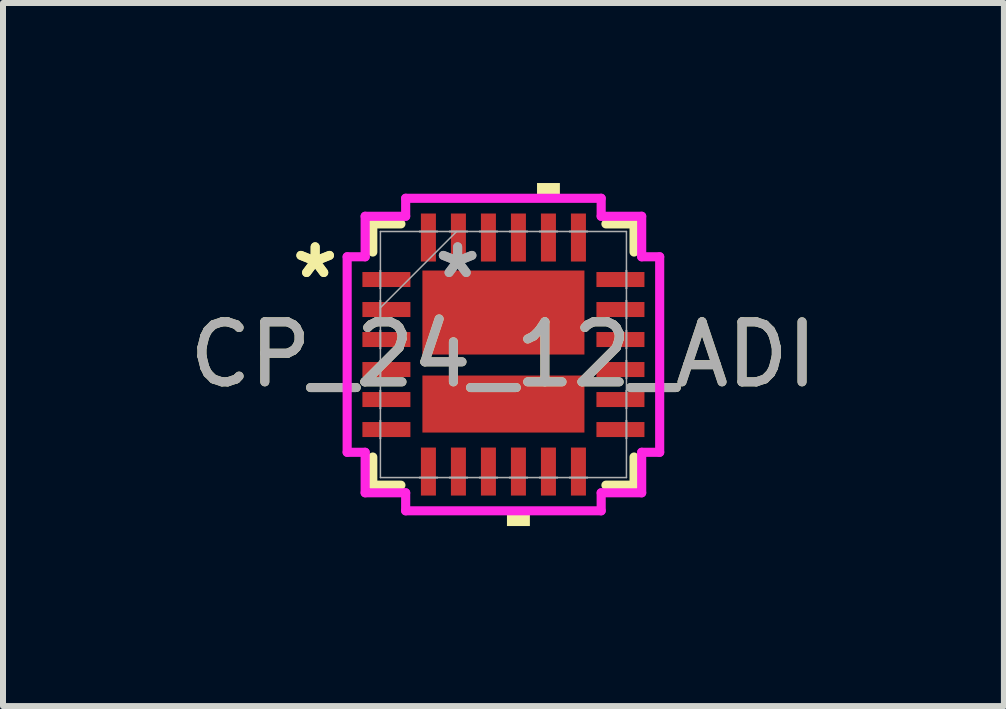
<source format=kicad_pcb>
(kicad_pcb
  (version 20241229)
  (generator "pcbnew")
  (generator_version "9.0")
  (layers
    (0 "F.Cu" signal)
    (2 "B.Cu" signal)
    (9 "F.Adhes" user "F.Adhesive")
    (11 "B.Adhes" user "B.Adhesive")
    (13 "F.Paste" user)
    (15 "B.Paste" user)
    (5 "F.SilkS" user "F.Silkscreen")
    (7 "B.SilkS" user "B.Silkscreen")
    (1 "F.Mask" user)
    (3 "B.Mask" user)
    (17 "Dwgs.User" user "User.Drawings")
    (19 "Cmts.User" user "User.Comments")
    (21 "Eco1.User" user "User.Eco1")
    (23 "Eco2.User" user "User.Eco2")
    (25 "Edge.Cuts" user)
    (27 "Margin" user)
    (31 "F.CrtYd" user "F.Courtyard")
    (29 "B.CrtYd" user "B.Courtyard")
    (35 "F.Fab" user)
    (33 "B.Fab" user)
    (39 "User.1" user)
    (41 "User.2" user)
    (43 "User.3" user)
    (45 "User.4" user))
  (footprint "CP_24_12_ADI"
    (layer "F.Cu")
    (at 5.339 2.858)
    (property "Reference" "CP_24_12_ADI" (at 0 0 0) (unlocked yes) (layer "F.SilkS") (effects (font (size 1 1) (thickness 0.15))))
    (attr smd)
    (fp_line (start -2.177 -2.177) (end -2.177 -1.708) (stroke (width 0.152) (type solid)) (layer "F.SilkS"))
    (fp_line (start -2.177 1.708) (end -2.177 2.177) (stroke (width 0.152) (type solid)) (layer "F.SilkS"))
    (fp_line (start -2.177 2.177) (end -1.708 2.177) (stroke (width 0.152) (type solid)) (layer "F.SilkS"))
    (fp_line (start -1.708 -2.177) (end -2.177 -2.177) (stroke (width 0.152) (type solid)) (layer "F.SilkS"))
    (fp_line (start 1.708 2.177) (end 2.177 2.177) (stroke (width 0.152) (type solid)) (layer "F.SilkS"))
    (fp_line (start 2.177 -2.177) (end 1.708 -2.177) (stroke (width 0.152) (type solid)) (layer "F.SilkS"))
    (fp_line (start 2.177 -1.708) (end 2.177 -2.177) (stroke (width 0.152) (type solid)) (layer "F.SilkS"))
    (fp_line (start 2.177 2.177) (end 2.177 1.708) (stroke (width 0.152) (type solid)) (layer "F.SilkS"))
    (fp_poly (pts (xy 0.059 2.604) (xy 0.059 2.858) (xy 0.441 2.858) (xy 0.441 2.604)) (stroke (width 0) (type solid)) (fill yes) (layer "F.SilkS"))
    (fp_poly (pts (xy 0.56 -2.604) (xy 0.56 -2.858) (xy 0.941 -2.858) (xy 0.941 -2.604)) (stroke (width 0) (type solid)) (fill yes) (layer "F.SilkS"))
    (fp_line (start -2.604 -1.629) (end -2.304 -1.629) (stroke (width 0.152) (type solid)) (layer "F.CrtYd"))
    (fp_line (start -2.604 1.629) (end -2.604 -1.629) (stroke (width 0.152) (type solid)) (layer "F.CrtYd"))
    (fp_line (start -2.304 -2.304) (end -1.629 -2.304) (stroke (width 0.152) (type solid)) (layer "F.CrtYd"))
    (fp_line (start -2.304 -1.629) (end -2.304 -2.304) (stroke (width 0.152) (type solid)) (layer "F.CrtYd"))
    (fp_line (start -2.304 1.629) (end -2.604 1.629) (stroke (width 0.152) (type solid)) (layer "F.CrtYd"))
    (fp_line (start -2.304 2.304) (end -2.304 1.629) (stroke (width 0.152) (type solid)) (layer "F.CrtYd"))
    (fp_line (start -1.629 -2.604) (end 1.629 -2.604) (stroke (width 0.152) (type solid)) (layer "F.CrtYd"))
    (fp_line (start -1.629 -2.304) (end -1.629 -2.604) (stroke (width 0.152) (type solid)) (layer "F.CrtYd"))
    (fp_line (start -1.629 2.304) (end -2.304 2.304) (stroke (width 0.152) (type solid)) (layer "F.CrtYd"))
    (fp_line (start -1.629 2.604) (end -1.629 2.304) (stroke (width 0.152) (type solid)) (layer "F.CrtYd"))
    (fp_line (start 1.629 -2.604) (end 1.629 -2.304) (stroke (width 0.152) (type solid)) (layer "F.CrtYd"))
    (fp_line (start 1.629 -2.304) (end 2.304 -2.304) (stroke (width 0.152) (type solid)) (layer "F.CrtYd"))
    (fp_line (start 1.629 2.304) (end 1.629 2.604) (stroke (width 0.152) (type solid)) (layer "F.CrtYd"))
    (fp_line (start 1.629 2.604) (end -1.629 2.604) (stroke (width 0.152) (type solid)) (layer "F.CrtYd"))
    (fp_line (start 2.304 -2.304) (end 2.304 -1.629) (stroke (width 0.152) (type solid)) (layer "F.CrtYd"))
    (fp_line (start 2.304 -1.629) (end 2.604 -1.629) (stroke (width 0.152) (type solid)) (layer "F.CrtYd"))
    (fp_line (start 2.304 1.629) (end 2.304 2.304) (stroke (width 0.152) (type solid)) (layer "F.CrtYd"))
    (fp_line (start 2.304 2.304) (end 1.629 2.304) (stroke (width 0.152) (type solid)) (layer "F.CrtYd"))
    (fp_line (start 2.604 -1.629) (end 2.604 1.629) (stroke (width 0.152) (type solid)) (layer "F.CrtYd"))
    (fp_line (start 2.604 1.629) (end 2.304 1.629) (stroke (width 0.152) (type solid)) (layer "F.CrtYd"))
    (fp_line (start -2.05 -2.05) (end -2.05 2.05) (stroke (width 0.025) (type solid)) (layer "F.Fab"))
    (fp_line (start -2.05 -1.4) (end -2.05 -1.4) (stroke (width 0.025) (type solid)) (layer "F.Fab"))
    (fp_line (start -2.05 -1.4) (end -2.05 -1.1) (stroke (width 0.025) (type solid)) (layer "F.Fab"))
    (fp_line (start -2.05 -1.1) (end -2.05 -1.4) (stroke (width 0.025) (type solid)) (layer "F.Fab"))
    (fp_line (start -2.05 -1.1) (end -2.05 -1.1) (stroke (width 0.025) (type solid)) (layer "F.Fab"))
    (fp_line (start -2.05 -0.9) (end -2.05 -0.9) (stroke (width 0.025) (type solid)) (layer "F.Fab"))
    (fp_line (start -2.05 -0.9) (end -2.05 -0.6) (stroke (width 0.025) (type solid)) (layer "F.Fab"))
    (fp_line (start -2.05 -0.78) (end -0.78 -2.05) (stroke (width 0.025) (type solid)) (layer "F.Fab"))
    (fp_line (start -2.05 -0.6) (end -2.05 -0.9) (stroke (width 0.025) (type solid)) (layer "F.Fab"))
    (fp_line (start -2.05 -0.6) (end -2.05 -0.6) (stroke (width 0.025) (type solid)) (layer "F.Fab"))
    (fp_line (start -2.05 -0.4) (end -2.05 -0.4) (stroke (width 0.025) (type solid)) (layer "F.Fab"))
    (fp_line (start -2.05 -0.4) (end -2.05 -0.1) (stroke (width 0.025) (type solid)) (layer "F.Fab"))
    (fp_line (start -2.05 -0.1) (end -2.05 -0.4) (stroke (width 0.025) (type solid)) (layer "F.Fab"))
    (fp_line (start -2.05 -0.1) (end -2.05 -0.1) (stroke (width 0.025) (type solid)) (layer "F.Fab"))
    (fp_line (start -2.05 0.1) (end -2.05 0.1) (stroke (width 0.025) (type solid)) (layer "F.Fab"))
    (fp_line (start -2.05 0.1) (end -2.05 0.4) (stroke (width 0.025) (type solid)) (layer "F.Fab"))
    (fp_line (start -2.05 0.4) (end -2.05 0.1) (stroke (width 0.025) (type solid)) (layer "F.Fab"))
    (fp_line (start -2.05 0.4) (end -2.05 0.4) (stroke (width 0.025) (type solid)) (layer "F.Fab"))
    (fp_line (start -2.05 0.6) (end -2.05 0.6) (stroke (width 0.025) (type solid)) (layer "F.Fab"))
    (fp_line (start -2.05 0.6) (end -2.05 0.9) (stroke (width 0.025) (type solid)) (layer "F.Fab"))
    (fp_line (start -2.05 0.9) (end -2.05 0.6) (stroke (width 0.025) (type solid)) (layer "F.Fab"))
    (fp_line (start -2.05 0.9) (end -2.05 0.9) (stroke (width 0.025) (type solid)) (layer "F.Fab"))
    (fp_line (start -2.05 1.1) (end -2.05 1.1) (stroke (width 0.025) (type solid)) (layer "F.Fab"))
    (fp_line (start -2.05 1.1) (end -2.05 1.4) (stroke (width 0.025) (type solid)) (layer "F.Fab"))
    (fp_line (start -2.05 1.4) (end -2.05 1.1) (stroke (width 0.025) (type solid)) (layer "F.Fab"))
    (fp_line (start -2.05 1.4) (end -2.05 1.4) (stroke (width 0.025) (type solid)) (layer "F.Fab"))
    (fp_line (start -2.05 2.05) (end 2.05 2.05) (stroke (width 0.025) (type solid)) (layer "F.Fab"))
    (fp_line (start -1.4 -2.05) (end -1.4 -2.05) (stroke (width 0.025) (type solid)) (layer "F.Fab"))
    (fp_line (start -1.4 -2.05) (end -1.1 -2.05) (stroke (width 0.025) (type solid)) (layer "F.Fab"))
    (fp_line (start -1.4 2.05) (end -1.4 2.05) (stroke (width 0.025) (type solid)) (layer "F.Fab"))
    (fp_line (start -1.4 2.05) (end -1.1 2.05) (stroke (width 0.025) (type solid)) (layer "F.Fab"))
    (fp_line (start -1.1 -2.05) (end -1.4 -2.05) (stroke (width 0.025) (type solid)) (layer "F.Fab"))
    (fp_line (start -1.1 -2.05) (end -1.1 -2.05) (stroke (width 0.025) (type solid)) (layer "F.Fab"))
    (fp_line (start -1.1 2.05) (end -1.4 2.05) (stroke (width 0.025) (type solid)) (layer "F.Fab"))
    (fp_line (start -1.1 2.05) (end -1.1 2.05) (stroke (width 0.025) (type solid)) (layer "F.Fab"))
    (fp_line (start -0.9 -2.05) (end -0.9 -2.05) (stroke (width 0.025) (type solid)) (layer "F.Fab"))
    (fp_line (start -0.9 -2.05) (end -0.6 -2.05) (stroke (width 0.025) (type solid)) (layer "F.Fab"))
    (fp_line (start -0.9 2.05) (end -0.9 2.05) (stroke (width 0.025) (type solid)) (layer "F.Fab"))
    (fp_line (start -0.9 2.05) (end -0.6 2.05) (stroke (width 0.025) (type solid)) (layer "F.Fab"))
    (fp_line (start -0.6 -2.05) (end -0.9 -2.05) (stroke (width 0.025) (type solid)) (layer "F.Fab"))
    (fp_line (start -0.6 -2.05) (end -0.6 -2.05) (stroke (width 0.025) (type solid)) (layer "F.Fab"))
    (fp_line (start -0.6 2.05) (end -0.9 2.05) (stroke (width 0.025) (type solid)) (layer "F.Fab"))
    (fp_line (start -0.6 2.05) (end -0.6 2.05) (stroke (width 0.025) (type solid)) (layer "F.Fab"))
    (fp_line (start -0.4 -2.05) (end -0.4 -2.05) (stroke (width 0.025) (type solid)) (layer "F.Fab"))
    (fp_line (start -0.4 -2.05) (end -0.1 -2.05) (stroke (width 0.025) (type solid)) (layer "F.Fab"))
    (fp_line (start -0.4 2.05) (end -0.4 2.05) (stroke (width 0.025) (type solid)) (layer "F.Fab"))
    (fp_line (start -0.4 2.05) (end -0.1 2.05) (stroke (width 0.025) (type solid)) (layer "F.Fab"))
    (fp_line (start -0.1 -2.05) (end -0.4 -2.05) (stroke (width 0.025) (type solid)) (layer "F.Fab"))
    (fp_line (start -0.1 -2.05) (end -0.1 -2.05) (stroke (width 0.025) (type solid)) (layer "F.Fab"))
    (fp_line (start -0.1 2.05) (end -0.4 2.05) (stroke (width 0.025) (type solid)) (layer "F.Fab"))
    (fp_line (start -0.1 2.05) (end -0.1 2.05) (stroke (width 0.025) (type solid)) (layer "F.Fab"))
    (fp_line (start 0.1 -2.05) (end 0.1 -2.05) (stroke (width 0.025) (type solid)) (layer "F.Fab"))
    (fp_line (start 0.1 -2.05) (end 0.4 -2.05) (stroke (width 0.025) (type solid)) (layer "F.Fab"))
    (fp_line (start 0.1 2.05) (end 0.1 2.05) (stroke (width 0.025) (type solid)) (layer "F.Fab"))
    (fp_line (start 0.1 2.05) (end 0.4 2.05) (stroke (width 0.025) (type solid)) (layer "F.Fab"))
    (fp_line (start 0.4 -2.05) (end 0.1 -2.05) (stroke (width 0.025) (type solid)) (layer "F.Fab"))
    (fp_line (start 0.4 -2.05) (end 0.4 -2.05) (stroke (width 0.025) (type solid)) (layer "F.Fab"))
    (fp_line (start 0.4 2.05) (end 0.1 2.05) (stroke (width 0.025) (type solid)) (layer "F.Fab"))
    (fp_line (start 0.4 2.05) (end 0.4 2.05) (stroke (width 0.025) (type solid)) (layer "F.Fab"))
    (fp_line (start 0.6 -2.05) (end 0.6 -2.05) (stroke (width 0.025) (type solid)) (layer "F.Fab"))
    (fp_line (start 0.6 -2.05) (end 0.9 -2.05) (stroke (width 0.025) (type solid)) (layer "F.Fab"))
    (fp_line (start 0.6 2.05) (end 0.6 2.05) (stroke (width 0.025) (type solid)) (layer "F.Fab"))
    (fp_line (start 0.6 2.05) (end 0.9 2.05) (stroke (width 0.025) (type solid)) (layer "F.Fab"))
    (fp_line (start 0.9 -2.05) (end 0.6 -2.05) (stroke (width 0.025) (type solid)) (layer "F.Fab"))
    (fp_line (start 0.9 -2.05) (end 0.9 -2.05) (stroke (width 0.025) (type solid)) (layer "F.Fab"))
    (fp_line (start 0.9 2.05) (end 0.6 2.05) (stroke (width 0.025) (type solid)) (layer "F.Fab"))
    (fp_line (start 0.9 2.05) (end 0.9 2.05) (stroke (width 0.025) (type solid)) (layer "F.Fab"))
    (fp_line (start 1.1 -2.05) (end 1.1 -2.05) (stroke (width 0.025) (type solid)) (layer "F.Fab"))
    (fp_line (start 1.1 -2.05) (end 1.4 -2.05) (stroke (width 0.025) (type solid)) (layer "F.Fab"))
    (fp_line (start 1.1 2.05) (end 1.1 2.05) (stroke (width 0.025) (type solid)) (layer "F.Fab"))
    (fp_line (start 1.1 2.05) (end 1.4 2.05) (stroke (width 0.025) (type solid)) (layer "F.Fab"))
    (fp_line (start 1.4 -2.05) (end 1.1 -2.05) (stroke (width 0.025) (type solid)) (layer "F.Fab"))
    (fp_line (start 1.4 -2.05) (end 1.4 -2.05) (stroke (width 0.025) (type solid)) (layer "F.Fab"))
    (fp_line (start 1.4 2.05) (end 1.1 2.05) (stroke (width 0.025) (type solid)) (layer "F.Fab"))
    (fp_line (start 1.4 2.05) (end 1.4 2.05) (stroke (width 0.025) (type solid)) (layer "F.Fab"))
    (fp_line (start 2.05 -2.05) (end -2.05 -2.05) (stroke (width 0.025) (type solid)) (layer "F.Fab"))
    (fp_line (start 2.05 -1.4) (end 2.05 -1.4) (stroke (width 0.025) (type solid)) (layer "F.Fab"))
    (fp_line (start 2.05 -1.4) (end 2.05 -1.1) (stroke (width 0.025) (type solid)) (layer "F.Fab"))
    (fp_line (start 2.05 -1.1) (end 2.05 -1.4) (stroke (width 0.025) (type solid)) (layer "F.Fab"))
    (fp_line (start 2.05 -1.1) (end 2.05 -1.1) (stroke (width 0.025) (type solid)) (layer "F.Fab"))
    (fp_line (start 2.05 -0.9) (end 2.05 -0.9) (stroke (width 0.025) (type solid)) (layer "F.Fab"))
    (fp_line (start 2.05 -0.9) (end 2.05 -0.6) (stroke (width 0.025) (type solid)) (layer "F.Fab"))
    (fp_line (start 2.05 -0.6) (end 2.05 -0.9) (stroke (width 0.025) (type solid)) (layer "F.Fab"))
    (fp_line (start 2.05 -0.6) (end 2.05 -0.6) (stroke (width 0.025) (type solid)) (layer "F.Fab"))
    (fp_line (start 2.05 -0.4) (end 2.05 -0.4) (stroke (width 0.025) (type solid)) (layer "F.Fab"))
    (fp_line (start 2.05 -0.4) (end 2.05 -0.1) (stroke (width 0.025) (type solid)) (layer "F.Fab"))
    (fp_line (start 2.05 -0.1) (end 2.05 -0.4) (stroke (width 0.025) (type solid)) (layer "F.Fab"))
    (fp_line (start 2.05 -0.1) (end 2.05 -0.1) (stroke (width 0.025) (type solid)) (layer "F.Fab"))
    (fp_line (start 2.05 0.1) (end 2.05 0.1) (stroke (width 0.025) (type solid)) (layer "F.Fab"))
    (fp_line (start 2.05 0.1) (end 2.05 0.4) (stroke (width 0.025) (type solid)) (layer "F.Fab"))
    (fp_line (start 2.05 0.4) (end 2.05 0.1) (stroke (width 0.025) (type solid)) (layer "F.Fab"))
    (fp_line (start 2.05 0.4) (end 2.05 0.4) (stroke (width 0.025) (type solid)) (layer "F.Fab"))
    (fp_line (start 2.05 0.6) (end 2.05 0.6) (stroke (width 0.025) (type solid)) (layer "F.Fab"))
    (fp_line (start 2.05 0.6) (end 2.05 0.9) (stroke (width 0.025) (type solid)) (layer "F.Fab"))
    (fp_line (start 2.05 0.9) (end 2.05 0.6) (stroke (width 0.025) (type solid)) (layer "F.Fab"))
    (fp_line (start 2.05 0.9) (end 2.05 0.9) (stroke (width 0.025) (type solid)) (layer "F.Fab"))
    (fp_line (start 2.05 1.1) (end 2.05 1.1) (stroke (width 0.025) (type solid)) (layer "F.Fab"))
    (fp_line (start 2.05 1.1) (end 2.05 1.4) (stroke (width 0.025) (type solid)) (layer "F.Fab"))
    (fp_line (start 2.05 1.4) (end 2.05 1.1) (stroke (width 0.025) (type solid)) (layer "F.Fab"))
    (fp_line (start 2.05 1.4) (end 2.05 1.4) (stroke (width 0.025) (type solid)) (layer "F.Fab"))
    (fp_line (start 2.05 2.05) (end 2.05 -2.05) (stroke (width 0.025) (type solid)) (layer "F.Fab"))
    (fp_text user "*" (at -3.137 -1.25 0) (layer "F.SilkS") (effects (font (size 1 1) (thickness 0.15))))
    (fp_text user "*" (at -3.137 -1.25 0) (unlocked yes) (layer "F.SilkS") (effects (font (size 1 1) (thickness 0.15))))
    (fp_text user "${REFERENCE}" (at 0 0 0) (unlocked yes) (layer "F.Fab") (effects (font (size 1 1) (thickness 0.15))))
    (fp_text user "*" (at -0.763 -1.25 0) (layer "F.Fab") (effects (font (size 1 1) (thickness 0.15))))
    (fp_text user "*" (at -0.763 -1.25 0) (unlocked yes) (layer "F.Fab") (effects (font (size 1 1) (thickness 0.15))))
    (pad "1" smd rect (at -1.95 -1.25 90) (size 0.25 0.8) (layers "F.Cu" "F.Mask" "F.Paste"))
    (pad "2" smd rect (at -1.95 -0.75 90) (size 0.25 0.8) (layers "F.Cu" "F.Mask" "F.Paste"))
    (pad "3" smd rect (at -1.95 -0.25 90) (size 0.25 0.8) (layers "F.Cu" "F.Mask" "F.Paste"))
    (pad "4" smd rect (at -1.95 0.25 90) (size 0.25 0.8) (layers "F.Cu" "F.Mask" "F.Paste"))
    (pad "5" smd rect (at -1.95 0.75 90) (size 0.25 0.8) (layers "F.Cu" "F.Mask" "F.Paste"))
    (pad "6" smd rect (at -1.95 1.25 90) (size 0.25 0.8) (layers "F.Cu" "F.Mask" "F.Paste"))
    (pad "7" smd rect (at -1.25 1.95) (size 0.25 0.8) (layers "F.Cu" "F.Mask" "F.Paste"))
    (pad "8" smd rect (at -0.75 1.95) (size 0.25 0.8) (layers "F.Cu" "F.Mask" "F.Paste"))
    (pad "9" smd rect (at -0.25 1.95) (size 0.25 0.8) (layers "F.Cu" "F.Mask" "F.Paste"))
    (pad "10" smd rect (at 0.25 1.95) (size 0.25 0.8) (layers "F.Cu" "F.Mask" "F.Paste"))
    (pad "11" smd rect (at 0.75 1.95) (size 0.25 0.8) (layers "F.Cu" "F.Mask" "F.Paste"))
    (pad "12" smd rect (at 1.25 1.95) (size 0.25 0.8) (layers "F.Cu" "F.Mask" "F.Paste"))
    (pad "13" smd rect (at 1.95 1.25 90) (size 0.25 0.8) (layers "F.Cu" "F.Mask" "F.Paste"))
    (pad "14" smd rect (at 1.95 0.75 90) (size 0.25 0.8) (layers "F.Cu" "F.Mask" "F.Paste"))
    (pad "15" smd rect (at 1.95 0.25 90) (size 0.25 0.8) (layers "F.Cu" "F.Mask" "F.Paste"))
    (pad "16" smd rect (at 1.95 -0.25 90) (size 0.25 0.8) (layers "F.Cu" "F.Mask" "F.Paste"))
    (pad "17" smd rect (at 1.95 -0.75 90) (size 0.25 0.8) (layers "F.Cu" "F.Mask" "F.Paste"))
    (pad "18" smd rect (at 1.95 -1.25 90) (size 0.25 0.8) (layers "F.Cu" "F.Mask" "F.Paste"))
    (pad "19" smd rect (at 1.25 -1.95) (size 0.25 0.8) (layers "F.Cu" "F.Mask" "F.Paste"))
    (pad "20" smd rect (at 0.75 -1.95) (size 0.25 0.8) (layers "F.Cu" "F.Mask" "F.Paste"))
    (pad "21" smd rect (at 0.25 -1.95) (size 0.25 0.8) (layers "F.Cu" "F.Mask" "F.Paste"))
    (pad "22" smd rect (at -0.25 -1.95) (size 0.25 0.8) (layers "F.Cu" "F.Mask" "F.Paste"))
    (pad "23" smd rect (at -0.75 -1.95) (size 0.25 0.8) (layers "F.Cu" "F.Mask" "F.Paste"))
    (pad "24" smd rect (at -1.25 -1.95) (size 0.25 0.8) (layers "F.Cu" "F.Mask" "F.Paste"))
    (pad "25" smd custom (at 0 -0.762) (size 1.35 0.954) (layers "F.Cu" "F.Mask" "F.Paste") (options (anchor rect)) (primitives (gr_poly (pts (xy -1.35 -0.638) (xy 1.35 -0.638) (xy 1.35 0.762) (xy -1.35 0.762)) (width 0) (fill yes))))
    (pad "26" smd custom (at 0 0.762) (size 1.35 0.7) (layers "F.Cu" "F.Mask" "F.Paste") (options (anchor rect)) (primitives (gr_poly (pts (xy -1.35 -0.412) (xy 1.35 -0.412) (xy 1.35 0.538) (xy -1.35 0.538)) (width 0) (fill yes)))))
  (gr_rect
    (start -3 -3)
    (end 13.679 8.716)
    (stroke (width 0.1) (type default))
    (fill no)
    (layer "Edge.Cuts")))
</source>
